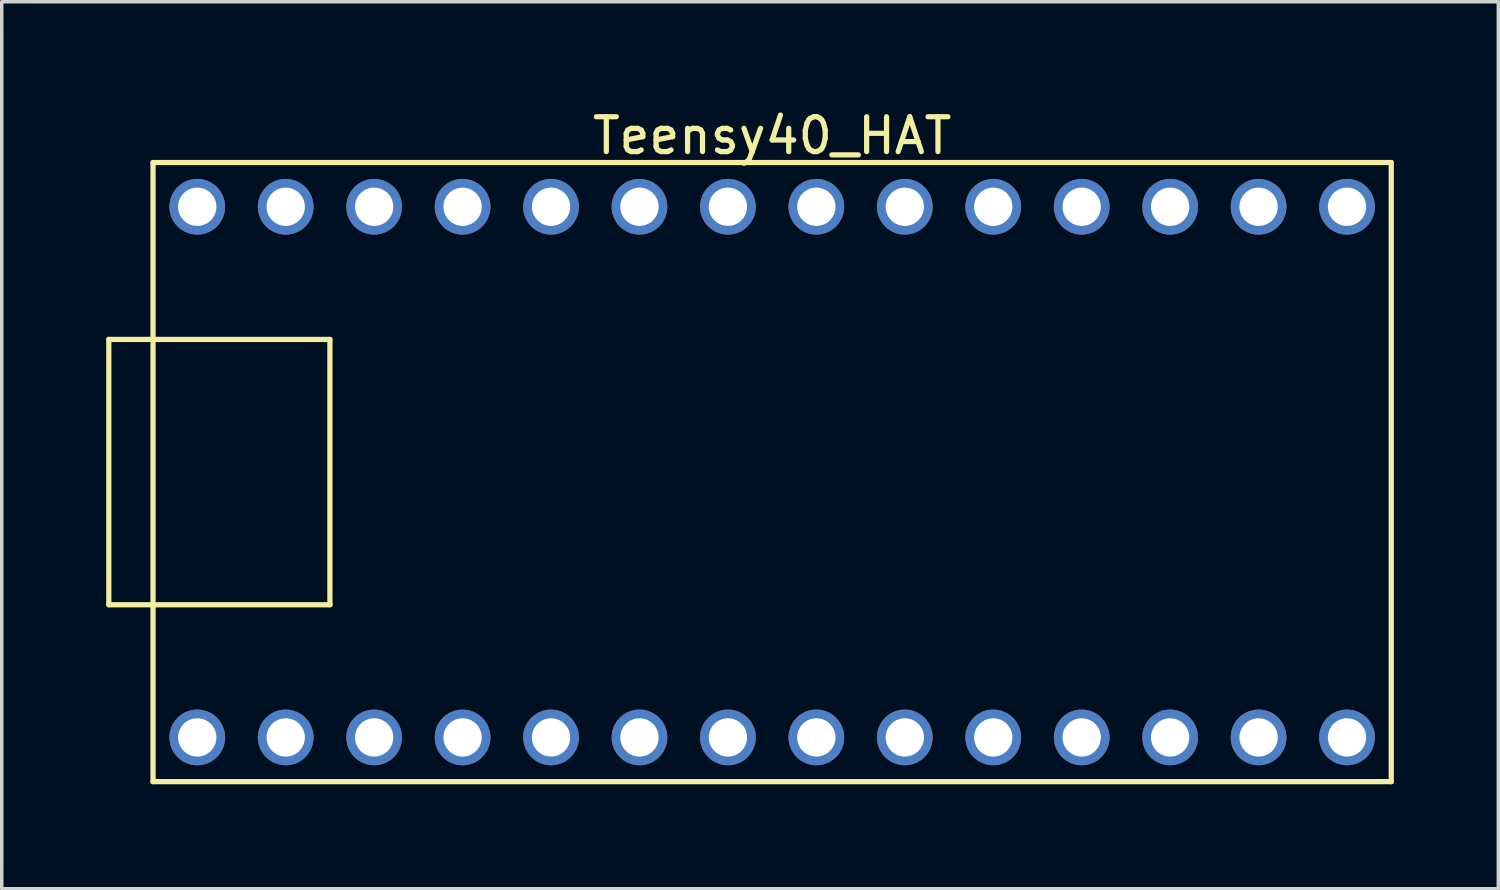
<source format=kicad_pcb>
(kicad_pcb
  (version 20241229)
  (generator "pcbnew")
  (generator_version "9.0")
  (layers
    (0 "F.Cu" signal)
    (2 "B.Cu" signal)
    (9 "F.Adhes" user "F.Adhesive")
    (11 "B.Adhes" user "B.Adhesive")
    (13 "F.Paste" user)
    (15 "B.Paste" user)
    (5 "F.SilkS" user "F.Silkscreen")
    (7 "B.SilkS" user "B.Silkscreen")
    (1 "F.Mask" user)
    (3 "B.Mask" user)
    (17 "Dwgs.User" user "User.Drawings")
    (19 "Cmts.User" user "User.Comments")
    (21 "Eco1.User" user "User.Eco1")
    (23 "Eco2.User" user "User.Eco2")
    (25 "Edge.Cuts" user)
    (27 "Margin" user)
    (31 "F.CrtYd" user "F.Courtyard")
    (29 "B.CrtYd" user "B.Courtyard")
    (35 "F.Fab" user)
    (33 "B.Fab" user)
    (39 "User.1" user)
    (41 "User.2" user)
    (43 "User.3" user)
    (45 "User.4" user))
  (footprint "Teensy40_HAT"
    (layer "F.Cu")
    (at 19.125 10.508)
    (property "Reference" "Teensy40_HAT" (at 0 -9.66 0) (layer "F.SilkS") (effects (font (size 1 1) (thickness 0.15))))
    (attr through_hole)
    (fp_line (start -19.05 -3.81) (end -17.78 -3.81) (stroke (width 0.15) (type solid)) (layer "F.SilkS"))
    (fp_line (start -19.05 3.81) (end -19.05 -3.81) (stroke (width 0.15) (type solid)) (layer "F.SilkS"))
    (fp_line (start -17.78 -8.89) (end 17.78 -8.89) (stroke (width 0.15) (type solid)) (layer "F.SilkS"))
    (fp_line (start -17.78 3.81) (end -19.05 3.81) (stroke (width 0.15) (type solid)) (layer "F.SilkS"))
    (fp_line (start -17.78 8.89) (end -17.78 -8.89) (stroke (width 0.15) (type solid)) (layer "F.SilkS"))
    (fp_line (start -12.7 -3.81) (end -17.78 -3.81) (stroke (width 0.15) (type solid)) (layer "F.SilkS"))
    (fp_line (start -12.7 3.81) (end -17.78 3.81) (stroke (width 0.15) (type solid)) (layer "F.SilkS"))
    (fp_line (start -12.7 3.81) (end -12.7 -3.81) (stroke (width 0.15) (type solid)) (layer "F.SilkS"))
    (fp_line (start 17.78 -8.89) (end 17.78 8.89) (stroke (width 0.15) (type solid)) (layer "F.SilkS"))
    (fp_line (start 17.78 8.89) (end -17.78 8.89) (stroke (width 0.15) (type solid)) (layer "F.SilkS"))
    (pad "1" thru_hole circle (at -16.51 7.62) (size 1.6 1.6) (drill 1.1) (layers "*.Cu" "*.Mask"))
    (pad "2" thru_hole circle (at -13.97 7.62) (size 1.6 1.6) (drill 1.1) (layers "*.Cu" "*.Mask"))
    (pad "3" thru_hole circle (at -11.43 7.62) (size 1.6 1.6) (drill 1.1) (layers "*.Cu" "*.Mask"))
    (pad "4" thru_hole circle (at -8.89 7.62) (size 1.6 1.6) (drill 1.1) (layers "*.Cu" "*.Mask"))
    (pad "5" thru_hole circle (at -6.35 7.62) (size 1.6 1.6) (drill 1.1) (layers "*.Cu" "*.Mask"))
    (pad "6" thru_hole circle (at -3.81 7.62) (size 1.6 1.6) (drill 1.1) (layers "*.Cu" "*.Mask"))
    (pad "7" thru_hole circle (at -1.27 7.62) (size 1.6 1.6) (drill 1.1) (layers "*.Cu" "*.Mask"))
    (pad "8" thru_hole circle (at 1.27 7.62) (size 1.6 1.6) (drill 1.1) (layers "*.Cu" "*.Mask"))
    (pad "9" thru_hole circle (at 3.81 7.62) (size 1.6 1.6) (drill 1.1) (layers "*.Cu" "*.Mask"))
    (pad "10" thru_hole circle (at 6.35 7.62) (size 1.6 1.6) (drill 1.1) (layers "*.Cu" "*.Mask"))
    (pad "11" thru_hole circle (at 8.89 7.62) (size 1.6 1.6) (drill 1.1) (layers "*.Cu" "*.Mask"))
    (pad "12" thru_hole circle (at 11.43 7.62) (size 1.6 1.6) (drill 1.1) (layers "*.Cu" "*.Mask"))
    (pad "13" thru_hole circle (at 13.97 7.62) (size 1.6 1.6) (drill 1.1) (layers "*.Cu" "*.Mask"))
    (pad "14" thru_hole circle (at 16.51 7.62) (size 1.6 1.6) (drill 1.1) (layers "*.Cu" "*.Mask"))
    (pad "20" thru_hole circle (at 16.51 -7.62) (size 1.6 1.6) (drill 1.1) (layers "*.Cu" "*.Mask"))
    (pad "21" thru_hole circle (at 13.97 -7.62) (size 1.6 1.6) (drill 1.1) (layers "*.Cu" "*.Mask"))
    (pad "22" thru_hole circle (at 11.43 -7.62) (size 1.6 1.6) (drill 1.1) (layers "*.Cu" "*.Mask"))
    (pad "23" thru_hole circle (at 8.89 -7.62) (size 1.6 1.6) (drill 1.1) (layers "*.Cu" "*.Mask"))
    (pad "24" thru_hole circle (at 6.35 -7.62) (size 1.6 1.6) (drill 1.1) (layers "*.Cu" "*.Mask"))
    (pad "25" thru_hole circle (at 3.81 -7.62) (size 1.6 1.6) (drill 1.1) (layers "*.Cu" "*.Mask"))
    (pad "26" thru_hole circle (at 1.27 -7.62) (size 1.6 1.6) (drill 1.1) (layers "*.Cu" "*.Mask"))
    (pad "27" thru_hole circle (at -1.27 -7.62) (size 1.6 1.6) (drill 1.1) (layers "*.Cu" "*.Mask"))
    (pad "28" thru_hole circle (at -3.81 -7.62) (size 1.6 1.6) (drill 1.1) (layers "*.Cu" "*.Mask"))
    (pad "29" thru_hole circle (at -6.35 -7.62) (size 1.6 1.6) (drill 1.1) (layers "*.Cu" "*.Mask"))
    (pad "30" thru_hole circle (at -8.89 -7.62) (size 1.6 1.6) (drill 1.1) (layers "*.Cu" "*.Mask"))
    (pad "31" thru_hole circle (at -11.43 -7.62) (size 1.6 1.6) (drill 1.1) (layers "*.Cu" "*.Mask"))
    (pad "32" thru_hole circle (at -13.97 -7.62) (size 1.6 1.6) (drill 1.1) (layers "*.Cu" "*.Mask"))
    (pad "33" thru_hole circle (at -16.51 -7.62) (size 1.6 1.6) (drill 1.1) (layers "*.Cu" "*.Mask")))
  (gr_rect
    (start -3 -3)
    (end 39.98 22.473)
    (stroke (width 0.1) (type default))
    (fill no)
    (layer "Edge.Cuts")))
</source>
